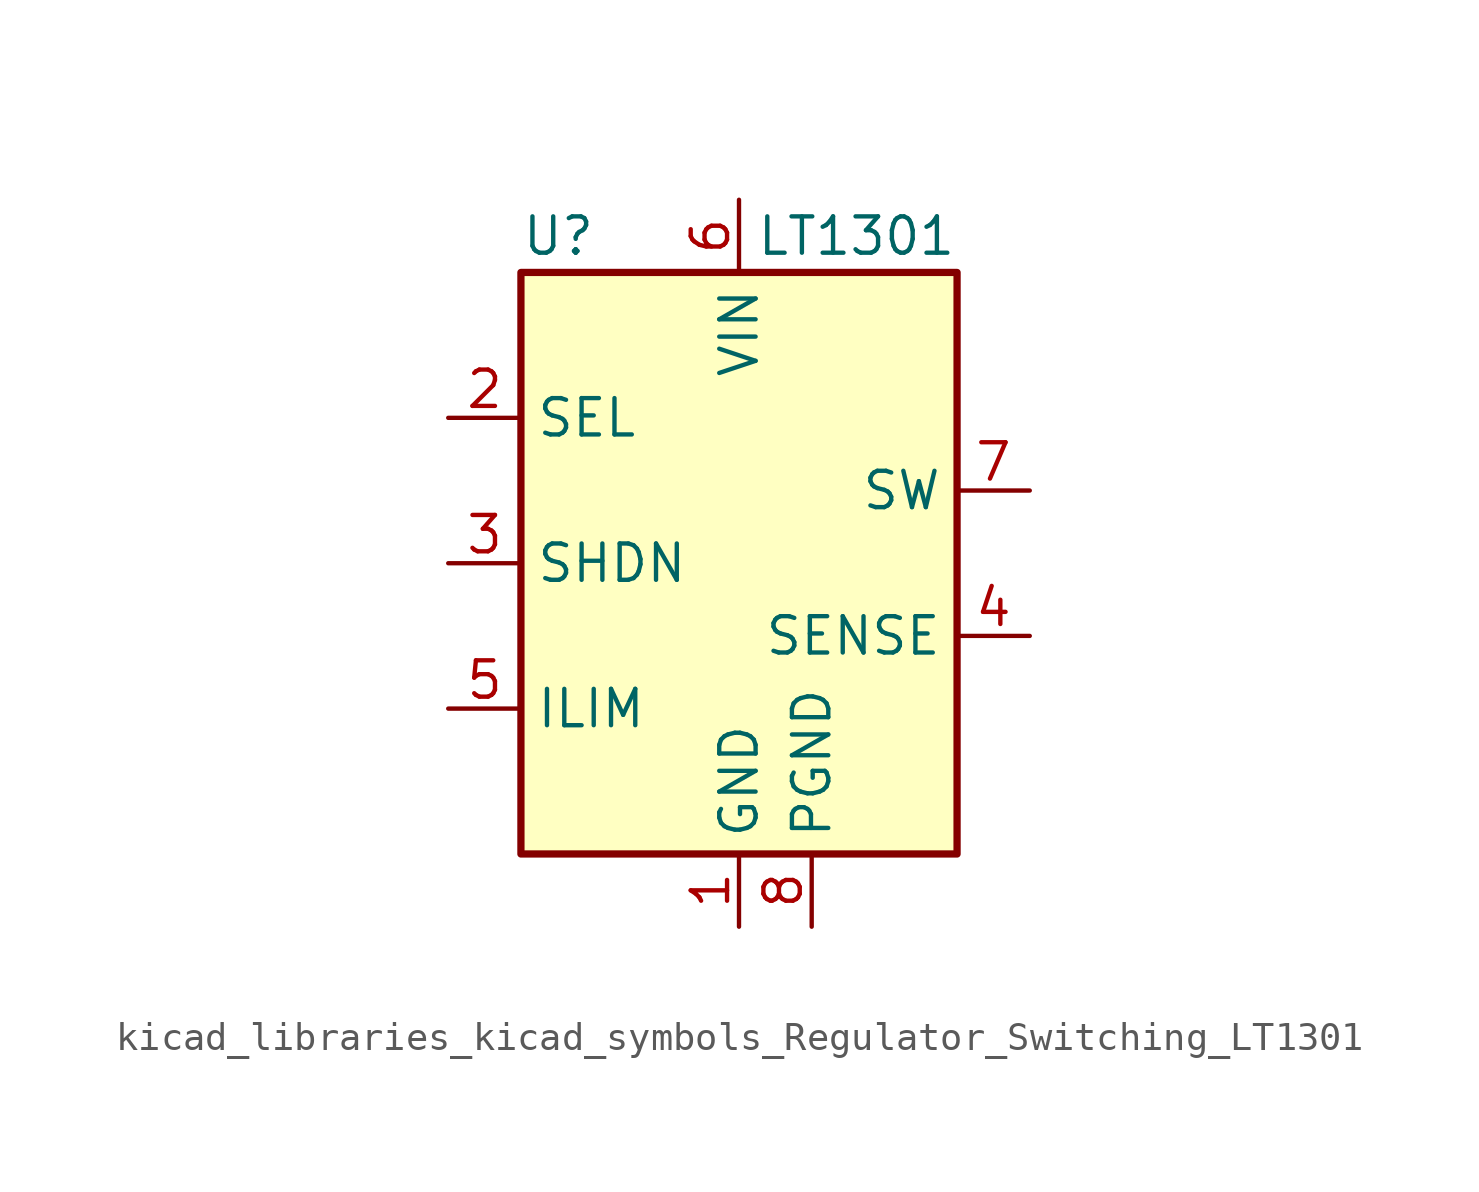
<source format=kicad_sym>
(kicad_symbol_lib
  (version 20220914)
  (generator kicad_symbol_editor)
  (symbol "kicad_libraries_kicad_symbols_Regulator_Switching_LT1301"
    (property "Reference" "U"
      (at -7.62 11.43 0)
      (effects (font (size 1.27 1.27)) (justify left)))
    (property "Value" "LT1301"
      (at 7.62 11.43 0)
      (effects (font (size 1.27 1.27)) (justify right)))
    (symbol "kicad_libraries_kicad_symbols_Regulator_Switching_LT1301_0_1"
      (rectangle (start -7.62 10.16) (end 7.62 -10.16) (stroke (width 0.254) (type default)) (fill (type background))))
    (symbol "kicad_libraries_kicad_symbols_Regulator_Switching_LT1301_1_1"
      (pin power_in line (at 0 -12.7 90) (length 2.54) (name "GND" (effects (font (size 1.27 1.27)))) (number "1" (effects (font (size 1.27 1.27)))))
      (pin input line (at -10.16 5.08 0) (length 2.54) (name "SEL" (effects (font (size 1.27 1.27)))) (number "2" (effects (font (size 1.27 1.27)))))
      (pin input line (at -10.16 0 0) (length 2.54) (name "SHDN" (effects (font (size 1.27 1.27)))) (number "3" (effects (font (size 1.27 1.27)))))
      (pin input line (at 10.16 -2.54 180) (length 2.54) (name "SENSE" (effects (font (size 1.27 1.27)))) (number "4" (effects (font (size 1.27 1.27)))))
      (pin passive line (at -10.16 -5.08 0) (length 2.54) (name "ILIM" (effects (font (size 1.27 1.27)))) (number "5" (effects (font (size 1.27 1.27)))))
      (pin power_in line (at 0 12.7 270) (length 2.54) (name "VIN" (effects (font (size 1.27 1.27)))) (number "6" (effects (font (size 1.27 1.27)))))
      (pin passive line (at 10.16 2.54 180) (length 2.54) (name "SW" (effects (font (size 1.27 1.27)))) (number "7" (effects (font (size 1.27 1.27)))))
      (pin power_in line (at 2.54 -12.7 90) (length 2.54) (name "PGND" (effects (font (size 1.27 1.27)))) (number "8" (effects (font (size 1.27 1.27))))))))
</source>
